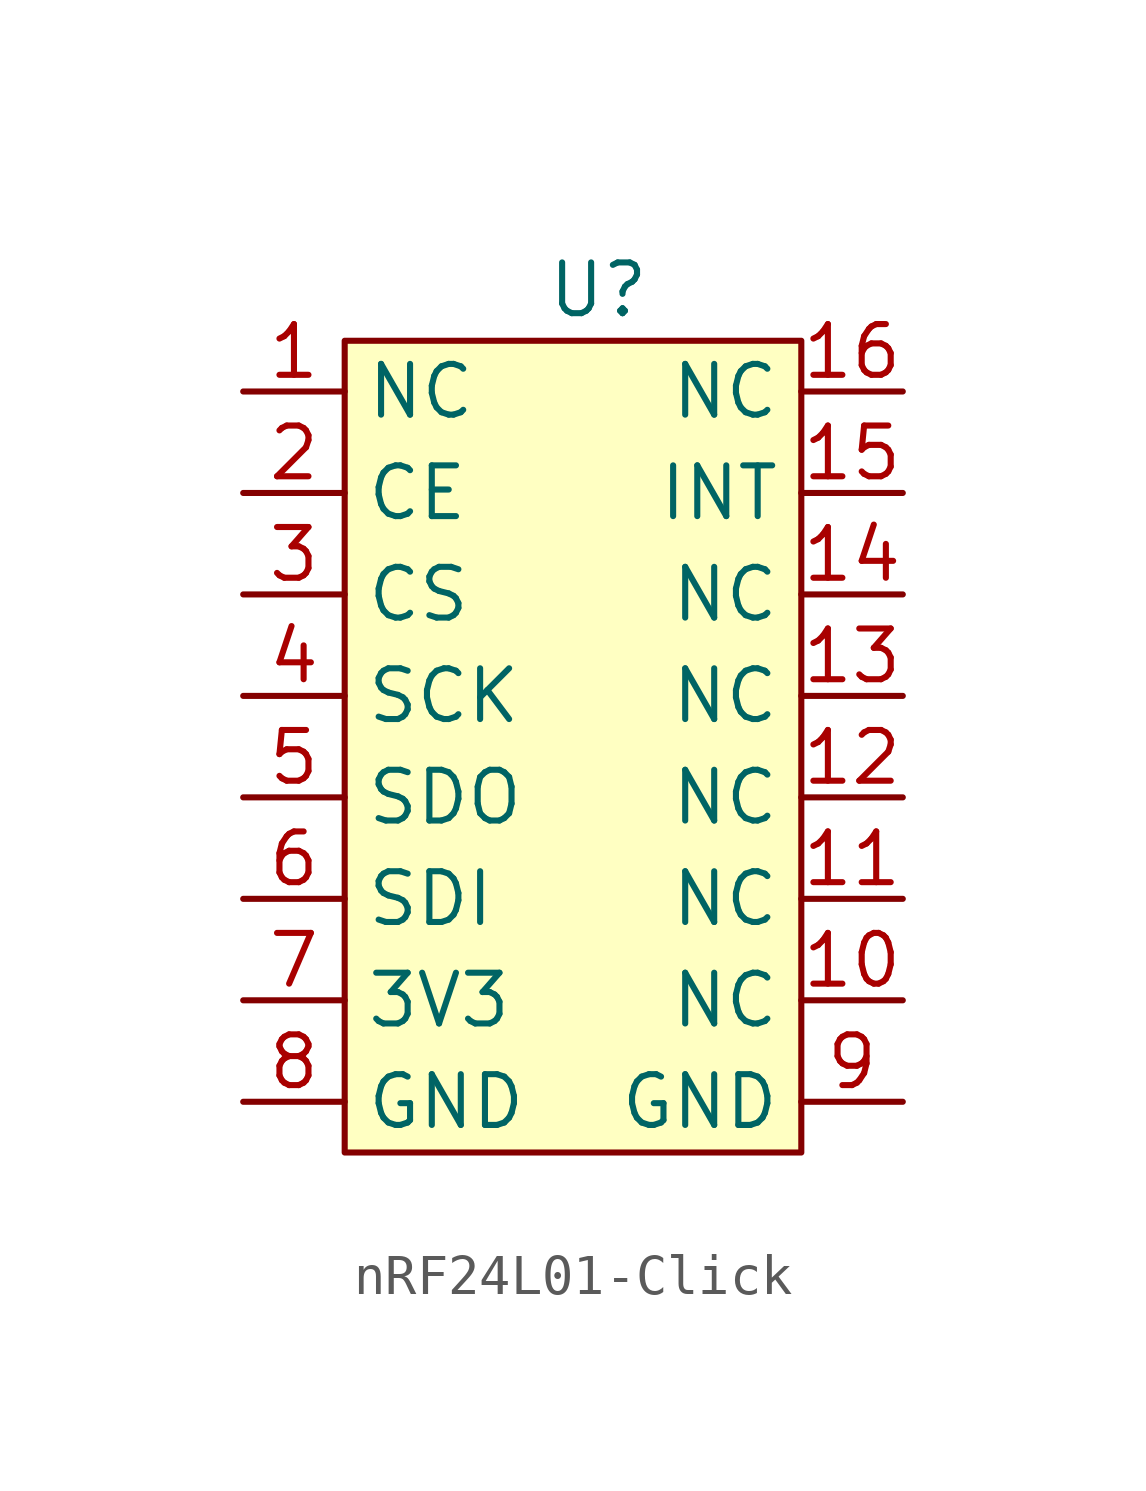
<source format=kicad_sym>
(kicad_symbol_lib
  (version 20220914)
  (generator kicad_symbol_editor)
  (symbol "nRF24L01-Click"
    (property "Reference" "U"
      (at 0 0 0)
      (effects (font (size 1.27 1.27))))
    (property "Value" ""
      (at 0 0 0)
      (effects (font (size 1.27 1.27))))
    (symbol "nRF24L01-Click_1_1"
      (rectangle (start -6.35 -1.27) (end 5.08 -21.59) (stroke (width 0) (type default)) (fill (type background)))
      (pin input line (at -8.89 -2.54 0) (length 2.54) (name "NC" (effects (font (size 1.27 1.27)))) (number "1" (effects (font (size 1.27 1.27)))))
      (pin input line (at 7.62 -17.78 180) (length 2.54) (name "NC" (effects (font (size 1.27 1.27)))) (number "10" (effects (font (size 1.27 1.27)))))
      (pin input line (at 7.62 -15.24 180) (length 2.54) (name "NC" (effects (font (size 1.27 1.27)))) (number "11" (effects (font (size 1.27 1.27)))))
      (pin input line (at 7.62 -12.7 180) (length 2.54) (name "NC" (effects (font (size 1.27 1.27)))) (number "12" (effects (font (size 1.27 1.27)))))
      (pin input line (at 7.62 -10.16 180) (length 2.54) (name "NC" (effects (font (size 1.27 1.27)))) (number "13" (effects (font (size 1.27 1.27)))))
      (pin input line (at 7.62 -7.62 180) (length 2.54) (name "NC" (effects (font (size 1.27 1.27)))) (number "14" (effects (font (size 1.27 1.27)))))
      (pin input line (at 7.62 -5.08 180) (length 2.54) (name "INT" (effects (font (size 1.27 1.27)))) (number "15" (effects (font (size 1.27 1.27)))))
      (pin input line (at 7.62 -2.54 180) (length 2.54) (name "NC" (effects (font (size 1.27 1.27)))) (number "16" (effects (font (size 1.27 1.27)))))
      (pin input line (at -8.89 -5.08 0) (length 2.54) (name "CE" (effects (font (size 1.27 1.27)))) (number "2" (effects (font (size 1.27 1.27)))))
      (pin input line (at -8.89 -7.62 0) (length 2.54) (name "CS" (effects (font (size 1.27 1.27)))) (number "3" (effects (font (size 1.27 1.27)))))
      (pin input line (at -8.89 -10.16 0) (length 2.54) (name "SCK" (effects (font (size 1.27 1.27)))) (number "4" (effects (font (size 1.27 1.27)))))
      (pin input line (at -8.89 -12.7 0) (length 2.54) (name "SDO" (effects (font (size 1.27 1.27)))) (number "5" (effects (font (size 1.27 1.27)))))
      (pin input line (at -8.89 -15.24 0) (length 2.54) (name "SDI" (effects (font (size 1.27 1.27)))) (number "6" (effects (font (size 1.27 1.27)))))
      (pin input line (at -8.89 -17.78 0) (length 2.54) (name "3V3" (effects (font (size 1.27 1.27)))) (number "7" (effects (font (size 1.27 1.27)))))
      (pin input line (at -8.89 -20.32 0) (length 2.54) (name "GND" (effects (font (size 1.27 1.27)))) (number "8" (effects (font (size 1.27 1.27)))))
      (pin input line (at 7.62 -20.32 180) (length 2.54) (name "GND" (effects (font (size 1.27 1.27)))) (number "9" (effects (font (size 1.27 1.27))))))))
</source>
